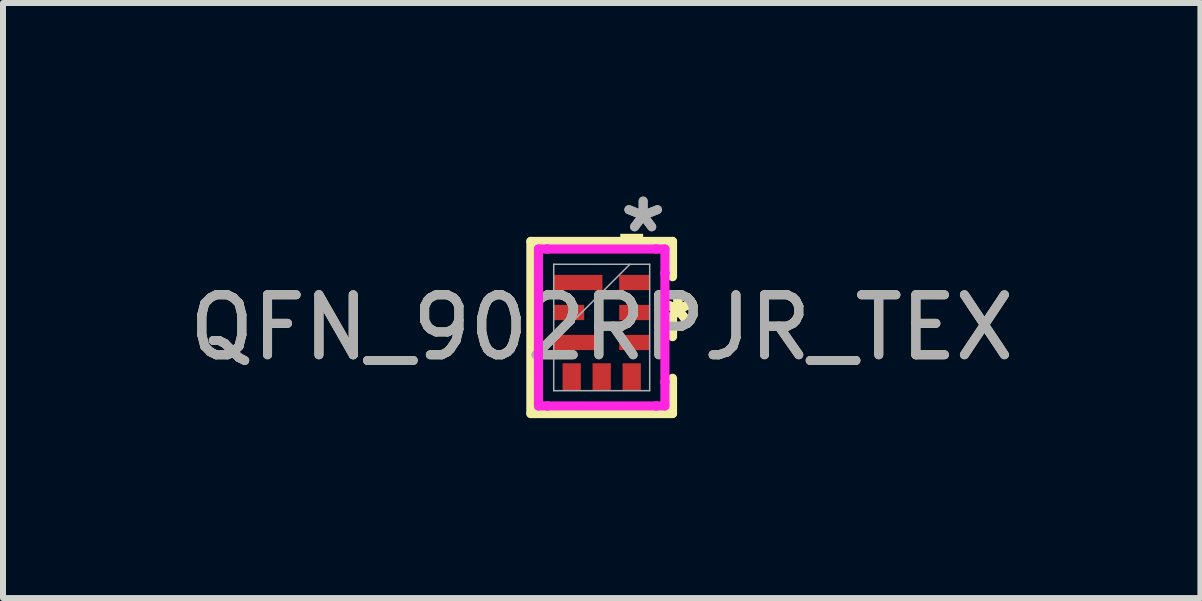
<source format=kicad_pcb>
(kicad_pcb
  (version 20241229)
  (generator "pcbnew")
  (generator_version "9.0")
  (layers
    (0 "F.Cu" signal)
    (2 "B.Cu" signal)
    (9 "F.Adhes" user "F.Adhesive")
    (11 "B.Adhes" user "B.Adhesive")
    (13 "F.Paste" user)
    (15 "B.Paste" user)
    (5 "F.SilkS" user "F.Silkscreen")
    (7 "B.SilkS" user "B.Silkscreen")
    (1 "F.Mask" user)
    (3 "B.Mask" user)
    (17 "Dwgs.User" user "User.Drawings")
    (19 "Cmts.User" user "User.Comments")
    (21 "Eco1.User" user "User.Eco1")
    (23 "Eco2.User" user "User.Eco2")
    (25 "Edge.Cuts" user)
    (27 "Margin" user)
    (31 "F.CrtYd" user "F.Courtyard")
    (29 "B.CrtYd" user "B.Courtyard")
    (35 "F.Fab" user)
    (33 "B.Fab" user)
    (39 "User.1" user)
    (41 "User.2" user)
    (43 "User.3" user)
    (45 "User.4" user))
  (footprint "QFN_902RPJR_TEX"
    (layer "F.Cu")
    (at 6.982 2.41)
    (property "Reference" "QFN_902RPJR_TEX" (at 0 0 0) (unlocked yes) (layer "F.SilkS") (effects (font (size 1 1) (thickness 0.15))))
    (attr smd)
    (fp_line (start -1.181 -1.435) (end -1.181 1.435) (stroke (width 0.152) (type solid)) (layer "F.SilkS"))
    (fp_line (start -1.181 1.435) (end 1.181 1.435) (stroke (width 0.152) (type solid)) (layer "F.SilkS"))
    (fp_line (start 1.181 -1.435) (end -1.181 -1.435) (stroke (width 0.152) (type solid)) (layer "F.SilkS"))
    (fp_line (start 1.181 -0.847) (end 1.181 -1.435) (stroke (width 0.152) (type solid)) (layer "F.SilkS"))
    (fp_line (start 1.181 0.153) (end 1.181 -0.153) (stroke (width 0.152) (type solid)) (layer "F.SilkS"))
    (fp_line (start 1.181 1.435) (end 1.181 0.847) (stroke (width 0.152) (type solid)) (layer "F.SilkS"))
    (fp_poly (pts (xy 0.31 -1.308) (xy 0.31 -1.562) (xy 0.691 -1.562) (xy 0.691 -1.308)) (stroke (width 0) (type solid)) (fill yes) (layer "F.SilkS"))
    (fp_line (start -1.054 -1.308) (end -0.907 -1.308) (stroke (width 0.152) (type solid)) (layer "F.CrtYd"))
    (fp_line (start -1.054 -0.907) (end -1.054 -1.308) (stroke (width 0.152) (type solid)) (layer "F.CrtYd"))
    (fp_line (start -1.054 -0.907) (end -1.054 -0.907) (stroke (width 0.152) (type solid)) (layer "F.CrtYd"))
    (fp_line (start -1.054 0.907) (end -1.054 -0.907) (stroke (width 0.152) (type solid)) (layer "F.CrtYd"))
    (fp_line (start -1.054 0.907) (end -1.054 0.907) (stroke (width 0.152) (type solid)) (layer "F.CrtYd"))
    (fp_line (start -1.054 1.308) (end -1.054 0.907) (stroke (width 0.152) (type solid)) (layer "F.CrtYd"))
    (fp_line (start -0.907 -1.308) (end -0.907 -1.308) (stroke (width 0.152) (type solid)) (layer "F.CrtYd"))
    (fp_line (start -0.907 -1.308) (end 0.907 -1.308) (stroke (width 0.152) (type solid)) (layer "F.CrtYd"))
    (fp_line (start -0.907 1.308) (end -1.054 1.308) (stroke (width 0.152) (type solid)) (layer "F.CrtYd"))
    (fp_line (start -0.907 1.308) (end -0.907 1.308) (stroke (width 0.152) (type solid)) (layer "F.CrtYd"))
    (fp_line (start 0.907 -1.308) (end 0.907 -1.308) (stroke (width 0.152) (type solid)) (layer "F.CrtYd"))
    (fp_line (start 0.907 -1.308) (end 1.054 -1.308) (stroke (width 0.152) (type solid)) (layer "F.CrtYd"))
    (fp_line (start 0.907 1.308) (end -0.907 1.308) (stroke (width 0.152) (type solid)) (layer "F.CrtYd"))
    (fp_line (start 0.907 1.308) (end 0.907 1.308) (stroke (width 0.152) (type solid)) (layer "F.CrtYd"))
    (fp_line (start 1.054 -1.308) (end 1.054 -0.907) (stroke (width 0.152) (type solid)) (layer "F.CrtYd"))
    (fp_line (start 1.054 -0.907) (end 1.054 -0.907) (stroke (width 0.152) (type solid)) (layer "F.CrtYd"))
    (fp_line (start 1.054 -0.907) (end 1.054 0.907) (stroke (width 0.152) (type solid)) (layer "F.CrtYd"))
    (fp_line (start 1.054 0.907) (end 1.054 0.907) (stroke (width 0.152) (type solid)) (layer "F.CrtYd"))
    (fp_line (start 1.054 0.907) (end 1.054 1.308) (stroke (width 0.152) (type solid)) (layer "F.CrtYd"))
    (fp_line (start 1.054 1.308) (end 0.907 1.308) (stroke (width 0.152) (type solid)) (layer "F.CrtYd"))
    (fp_line (start -0.8 -1.054) (end -0.8 1.054) (stroke (width 0.025) (type solid)) (layer "F.Fab"))
    (fp_line (start -0.8 0.216) (end 0.47 -1.054) (stroke (width 0.025) (type solid)) (layer "F.Fab"))
    (fp_line (start -0.8 1.054) (end 0.8 1.054) (stroke (width 0.025) (type solid)) (layer "F.Fab"))
    (fp_line (start 0.8 -1.054) (end -0.8 -1.054) (stroke (width 0.025) (type solid)) (layer "F.Fab"))
    (fp_line (start 0.8 1.054) (end 0.8 -1.054) (stroke (width 0.025) (type solid)) (layer "F.Fab"))
    (fp_text user "*" (at 1.27 0 0) (layer "F.SilkS") (effects (font (size 1 1) (thickness 0.15))))
    (fp_text user "*" (at 1.27 0 0) (unlocked yes) (layer "F.SilkS") (effects (font (size 1 1) (thickness 0.15))))
    (fp_text user "*" (at 0.691 -1.562 0) (layer "F.Fab") (effects (font (size 1 1) (thickness 0.15))))
    (fp_text user "*" (at 0.691 -1.562 0) (unlocked yes) (layer "F.Fab") (effects (font (size 1 1) (thickness 0.15))))
    (fp_text user "${REFERENCE}" (at 0 0 0) (unlocked yes) (layer "F.Fab") (effects (font (size 1 1) (thickness 0.15))))
    (pad "1" smd rect (at 0.546 0.25 90) (size 0.254 0.508) (layers "F.Cu" "F.Mask" "F.Paste"))
    (pad "2" smd rect (at 0.546 -0.25 90) (size 0.254 0.508) (layers "F.Cu" "F.Mask" "F.Paste"))
    (pad "3" smd rect (at 0.546 -0.75 90) (size 0.254 0.508) (layers "F.Cu" "F.Mask" "F.Paste"))
    (pad "4" smd rect (at -0.394 -0.75 90) (size 0.254 0.813) (layers "F.Cu" "F.Mask" "F.Paste"))
    (pad "5" smd rect (at -0.546 -0.25 90) (size 0.254 0.508) (layers "F.Cu" "F.Mask" "F.Paste"))
    (pad "6" smd rect (at -0.394 0.25 90) (size 0.254 0.813) (layers "F.Cu" "F.Mask" "F.Paste"))
    (pad "7" smd rect (at -0.5 0.825) (size 0.305 0.457) (layers "F.Cu" "F.Mask" "F.Paste"))
    (pad "8" smd rect (at 0 0.825) (size 0.305 0.457) (layers "F.Cu" "F.Mask" "F.Paste"))
    (pad "9" smd rect (at 0.5 0.825) (size 0.305 0.457) (layers "F.Cu" "F.Mask" "F.Paste")))
  (gr_rect
    (start -3 -3)
    (end 16.964 6.921)
    (stroke (width 0.1) (type default))
    (fill no)
    (layer "Edge.Cuts")))
</source>
